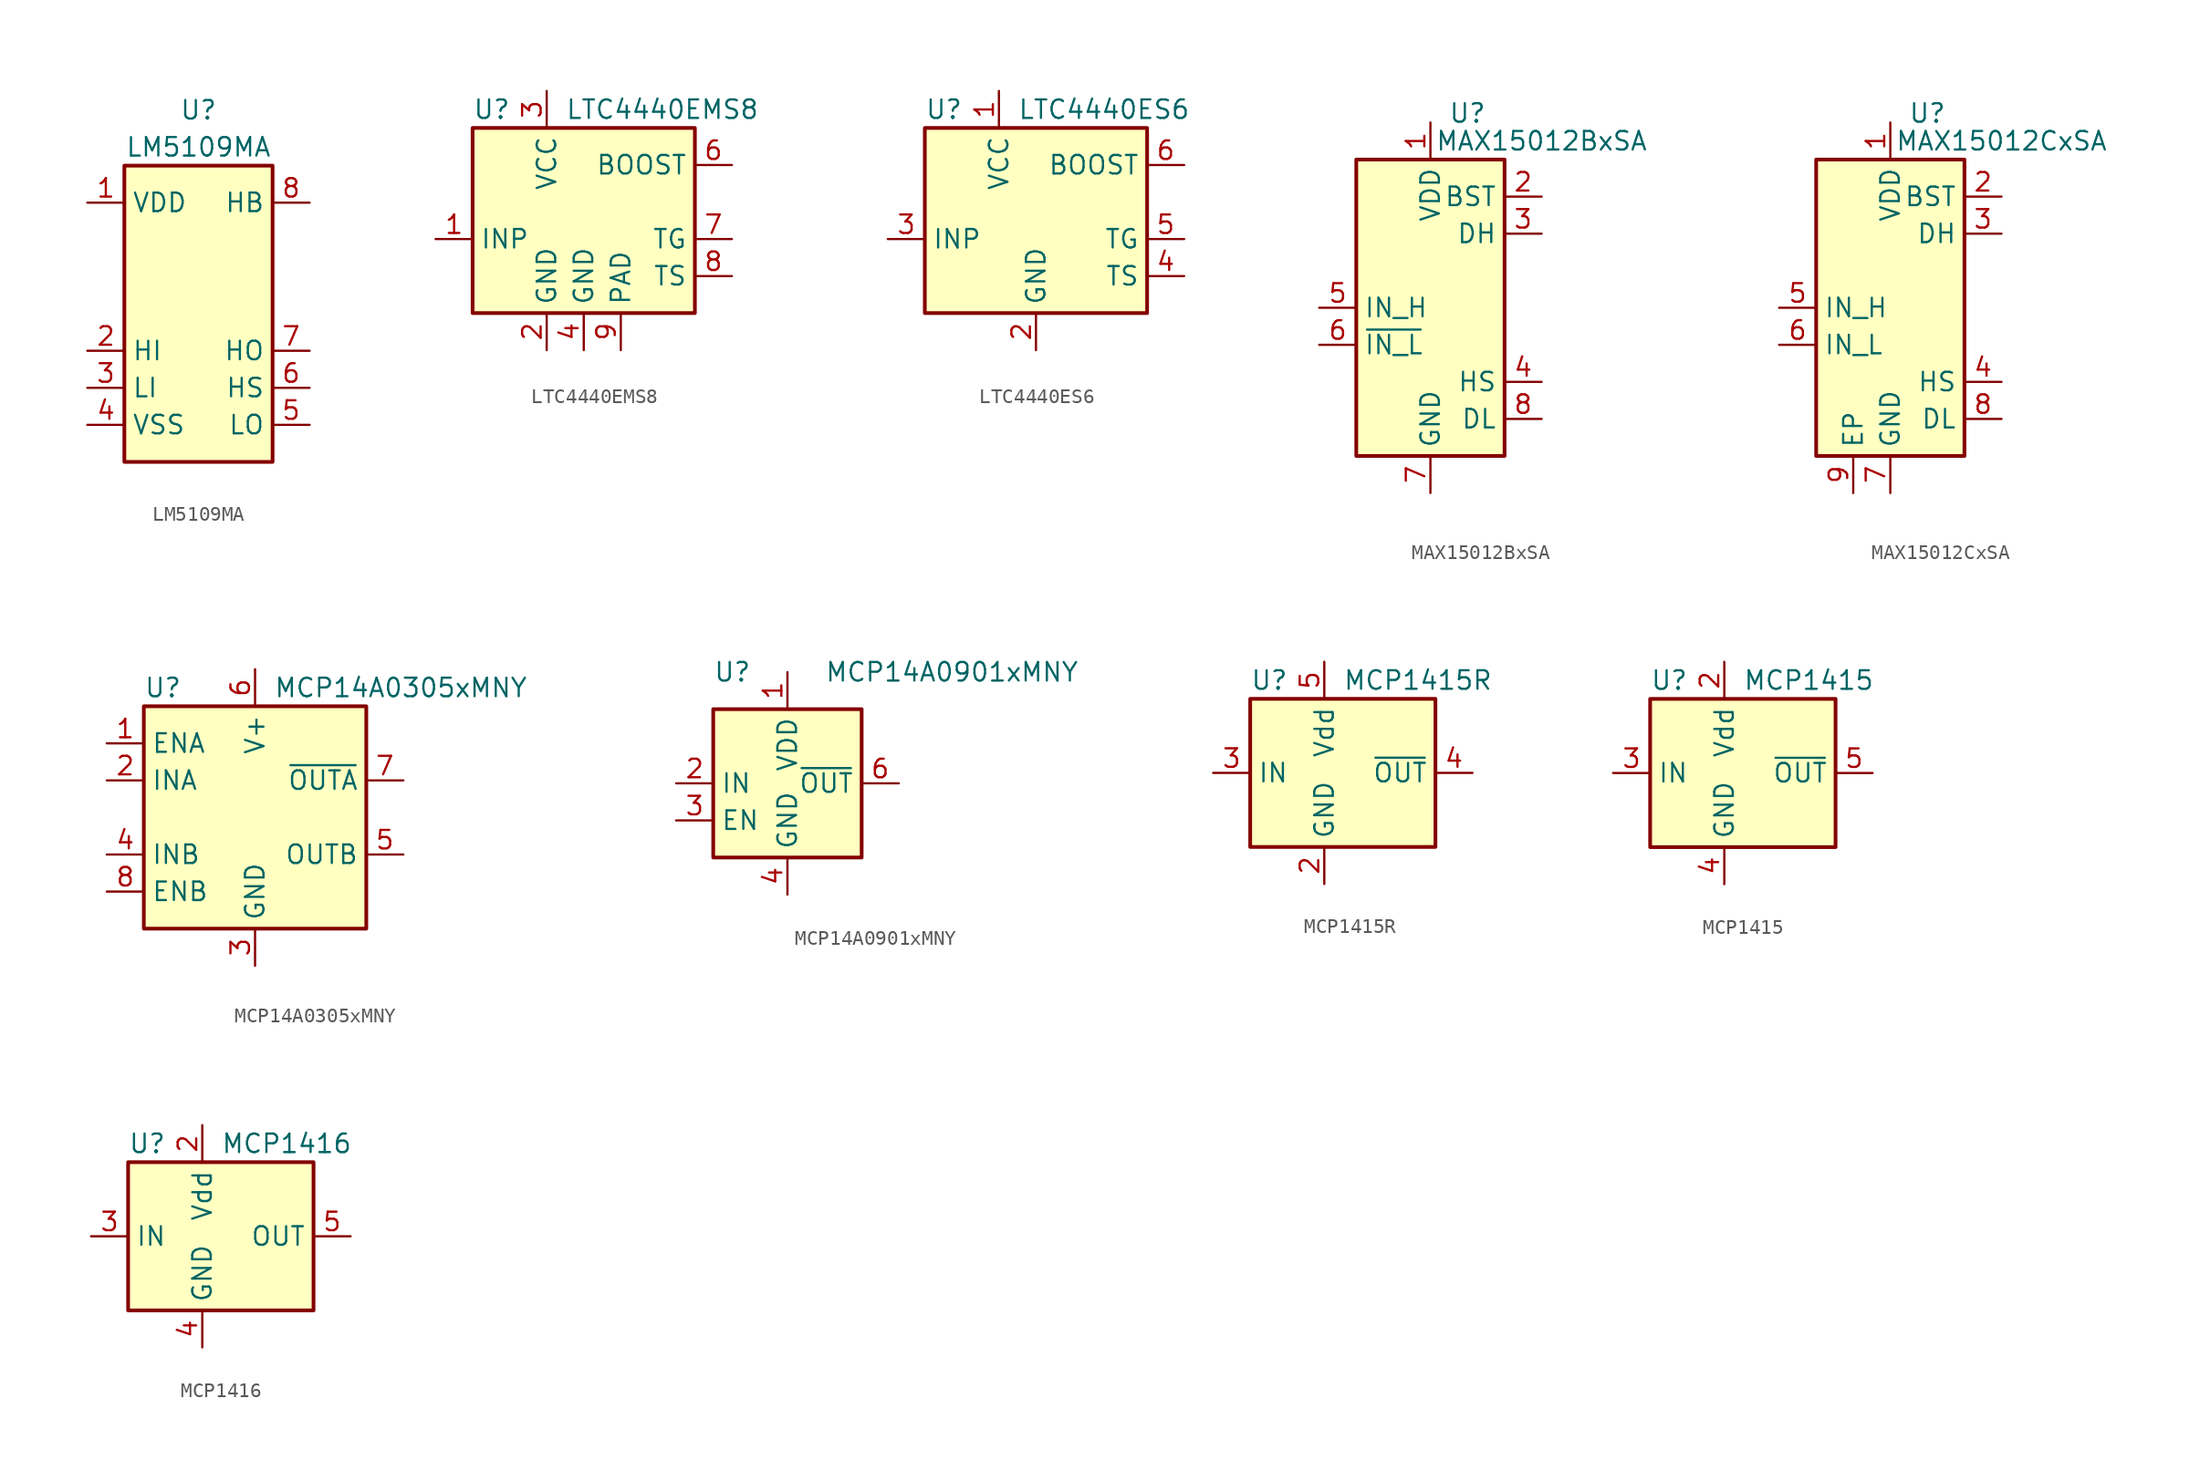
<source format=kicad_sym>
(kicad_symbol_lib
  (version 20211014)
  (generator kicad_symbol_editor)
  (symbol "LM5109MA"
    (property "Reference" "U"
      (at 0 13.97 0)
      (effects (font (size 1.27 1.27))))
    (property "Value" "LM5109MA"
      (at 0 11.43 0)
      (effects (font (size 1.27 1.27))))
    (symbol "LM5109MA_0_1"
      (rectangle (start -5.08 -10.16) (end 5.08 10.16) (stroke (width 0.254) (type default) (color 0 0 0 0)) (fill (type background))))
    (symbol "LM5109MA_1_1"
      (pin power_in line (at -7.62 7.62 0) (length 2.54) (name "VDD" (effects (font (size 1.27 1.27)))) (number "1" (effects (font (size 1.27 1.27)))))
      (pin input line (at -7.62 -2.54 0) (length 2.54) (name "HI" (effects (font (size 1.27 1.27)))) (number "2" (effects (font (size 1.27 1.27)))))
      (pin input line (at -7.62 -5.08 0) (length 2.54) (name "LI" (effects (font (size 1.27 1.27)))) (number "3" (effects (font (size 1.27 1.27)))))
      (pin power_in line (at -7.62 -7.62 0) (length 2.54) (name "VSS" (effects (font (size 1.27 1.27)))) (number "4" (effects (font (size 1.27 1.27)))))
      (pin output line (at 7.62 -7.62 180) (length 2.54) (name "LO" (effects (font (size 1.27 1.27)))) (number "5" (effects (font (size 1.27 1.27)))))
      (pin passive line (at 7.62 -5.08 180) (length 2.54) (name "HS" (effects (font (size 1.27 1.27)))) (number "6" (effects (font (size 1.27 1.27)))))
      (pin output line (at 7.62 -2.54 180) (length 2.54) (name "HO" (effects (font (size 1.27 1.27)))) (number "7" (effects (font (size 1.27 1.27)))))
      (pin passive line (at 7.62 7.62 180) (length 2.54) (name "HB" (effects (font (size 1.27 1.27)))) (number "8" (effects (font (size 1.27 1.27)))))))
  (symbol "LTC4440EMS8"
    (property "Reference" "U"
      (at -7.62 8.89 0)
      (effects (font (size 1.27 1.27)) (justify left)))
    (property "Value" "LTC4440EMS8"
      (at -1.27 8.89 0)
      (effects (font (size 1.27 1.27)) (justify left)))
    (symbol "LTC4440EMS8_0_1"
      (rectangle (start -7.62 7.62) (end 7.62 -5.08) (stroke (width 0.254) (type default) (color 0 0 0 0)) (fill (type background))))
    (symbol "LTC4440EMS8_1_1"
      (pin input line (at -10.16 0 0) (length 2.54) (name "INP" (effects (font (size 1.27 1.27)))) (number "1" (effects (font (size 1.27 1.27)))))
      (pin power_in line (at -2.54 -7.62 90) (length 2.54) (name "GND" (effects (font (size 1.27 1.27)))) (number "2" (effects (font (size 1.27 1.27)))))
      (pin power_in line (at -2.54 10.16 270) (length 2.54) (name "VCC" (effects (font (size 1.27 1.27)))) (number "3" (effects (font (size 1.27 1.27)))))
      (pin power_in line (at 0 -7.62 90) (length 2.54) (name "GND" (effects (font (size 1.27 1.27)))) (number "4" (effects (font (size 1.27 1.27)))))
      (pin no_connect line (at -5.08 -5.08 90) (length 2.54) hide (name "NC" (effects (font (size 1.27 1.27)))) (number "5" (effects (font (size 1.27 1.27)))))
      (pin input line (at 10.16 5.08 180) (length 2.54) (name "BOOST" (effects (font (size 1.27 1.27)))) (number "6" (effects (font (size 1.27 1.27)))))
      (pin output line (at 10.16 0 180) (length 2.54) (name "TG" (effects (font (size 1.27 1.27)))) (number "7" (effects (font (size 1.27 1.27)))))
      (pin input line (at 10.16 -2.54 180) (length 2.54) (name "TS" (effects (font (size 1.27 1.27)))) (number "8" (effects (font (size 1.27 1.27)))))
      (pin power_in line (at 2.54 -7.62 90) (length 2.54) (name "PAD" (effects (font (size 1.27 1.27)))) (number "9" (effects (font (size 1.27 1.27)))))))
  (symbol "LTC4440ES6"
    (property "Reference" "U"
      (at -7.62 8.89 0)
      (effects (font (size 1.27 1.27)) (justify left)))
    (property "Value" "LTC4440ES6"
      (at -1.27 8.89 0)
      (effects (font (size 1.27 1.27)) (justify left)))
    (symbol "LTC4440ES6_0_1"
      (rectangle (start -7.62 7.62) (end 7.62 -5.08) (stroke (width 0.254) (type default) (color 0 0 0 0)) (fill (type background))))
    (symbol "LTC4440ES6_1_1"
      (pin power_in line (at -2.54 10.16 270) (length 2.54) (name "VCC" (effects (font (size 1.27 1.27)))) (number "1" (effects (font (size 1.27 1.27)))))
      (pin power_in line (at 0 -7.62 90) (length 2.54) (name "GND" (effects (font (size 1.27 1.27)))) (number "2" (effects (font (size 1.27 1.27)))))
      (pin input line (at -10.16 0 0) (length 2.54) (name "INP" (effects (font (size 1.27 1.27)))) (number "3" (effects (font (size 1.27 1.27)))))
      (pin input line (at 10.16 -2.54 180) (length 2.54) (name "TS" (effects (font (size 1.27 1.27)))) (number "4" (effects (font (size 1.27 1.27)))))
      (pin output line (at 10.16 0 180) (length 2.54) (name "TG" (effects (font (size 1.27 1.27)))) (number "5" (effects (font (size 1.27 1.27)))))
      (pin input line (at 10.16 5.08 180) (length 2.54) (name "BOOST" (effects (font (size 1.27 1.27)))) (number "6" (effects (font (size 1.27 1.27)))))))
  (symbol "MAX15012BxSA"
    (property "Reference" "U"
      (at 2.54 13.335 0)
      (effects (font (size 1.27 1.27))))
    (property "Value" "MAX15012BxSA"
      (at 7.62 11.43 0)
      (effects (font (size 1.27 1.27))))
    (symbol "MAX15012BxSA_0_1"
      (rectangle (start -5.08 -10.16) (end 5.08 10.16) (stroke (width 0.254) (type default) (color 0 0 0 0)) (fill (type background))))
    (symbol "MAX15012BxSA_1_1"
      (pin power_in line (at 0 12.7 270) (length 2.54) (name "VDD" (effects (font (size 1.27 1.27)))) (number "1" (effects (font (size 1.27 1.27)))))
      (pin power_in line (at 7.62 7.62 180) (length 2.54) (name "BST" (effects (font (size 1.27 1.27)))) (number "2" (effects (font (size 1.27 1.27)))))
      (pin output line (at 7.62 5.08 180) (length 2.54) (name "DH" (effects (font (size 1.27 1.27)))) (number "3" (effects (font (size 1.27 1.27)))))
      (pin passive line (at 7.62 -5.08 180) (length 2.54) (name "HS" (effects (font (size 1.27 1.27)))) (number "4" (effects (font (size 1.27 1.27)))))
      (pin input line (at -7.62 0 0) (length 2.54) (name "IN_H" (effects (font (size 1.27 1.27)))) (number "5" (effects (font (size 1.27 1.27)))))
      (pin input line (at -7.62 -2.54 0) (length 2.54) (name "~{IN_L}" (effects (font (size 1.27 1.27)))) (number "6" (effects (font (size 1.27 1.27)))))
      (pin power_in line (at 0 -12.7 90) (length 2.54) (name "GND" (effects (font (size 1.27 1.27)))) (number "7" (effects (font (size 1.27 1.27)))))
      (pin output line (at 7.62 -7.62 180) (length 2.54) (name "DL" (effects (font (size 1.27 1.27)))) (number "8" (effects (font (size 1.27 1.27)))))))
  (symbol "MAX15012CxSA"
    (property "Reference" "U"
      (at 2.54 13.335 0)
      (effects (font (size 1.27 1.27))))
    (property "Value" "MAX15012CxSA"
      (at 7.62 11.43 0)
      (effects (font (size 1.27 1.27))))
    (symbol "MAX15012CxSA_0_1"
      (rectangle (start -5.08 -10.16) (end 5.08 10.16) (stroke (width 0.254) (type default) (color 0 0 0 0)) (fill (type background))))
    (symbol "MAX15012CxSA_1_1"
      (pin power_in line (at 0 12.7 270) (length 2.54) (name "VDD" (effects (font (size 1.27 1.27)))) (number "1" (effects (font (size 1.27 1.27)))))
      (pin power_in line (at 7.62 7.62 180) (length 2.54) (name "BST" (effects (font (size 1.27 1.27)))) (number "2" (effects (font (size 1.27 1.27)))))
      (pin output line (at 7.62 5.08 180) (length 2.54) (name "DH" (effects (font (size 1.27 1.27)))) (number "3" (effects (font (size 1.27 1.27)))))
      (pin passive line (at 7.62 -5.08 180) (length 2.54) (name "HS" (effects (font (size 1.27 1.27)))) (number "4" (effects (font (size 1.27 1.27)))))
      (pin input line (at -7.62 0 0) (length 2.54) (name "IN_H" (effects (font (size 1.27 1.27)))) (number "5" (effects (font (size 1.27 1.27)))))
      (pin input line (at -7.62 -2.54 0) (length 2.54) (name "IN_L" (effects (font (size 1.27 1.27)))) (number "6" (effects (font (size 1.27 1.27)))))
      (pin power_in line (at 0 -12.7 90) (length 2.54) (name "GND" (effects (font (size 1.27 1.27)))) (number "7" (effects (font (size 1.27 1.27)))))
      (pin output line (at 7.62 -7.62 180) (length 2.54) (name "DL" (effects (font (size 1.27 1.27)))) (number "8" (effects (font (size 1.27 1.27)))))
      (pin output line (at -2.54 -12.7 90) (length 2.54) (name "EP" (effects (font (size 1.27 1.27)))) (number "9" (effects (font (size 1.27 1.27)))))))
  (symbol "MCP14A0305xMNY"
    (property "Reference" "U"
      (at -7.62 8.89 0)
      (effects (font (size 1.27 1.27)) (justify left)))
    (property "Value" "MCP14A0305xMNY"
      (at 1.27 8.89 0)
      (effects (font (size 1.27 1.27)) (justify left)))
    (symbol "MCP14A0305xMNY_0_1"
      (rectangle (start -7.62 -7.62) (end 7.62 7.62) (stroke (width 0.254) (type default) (color 0 0 0 0)) (fill (type background))))
    (symbol "MCP14A0305xMNY_1_1"
      (pin input line (at -10.16 5.08 0) (length 2.54) (name "ENA" (effects (font (size 1.27 1.27)))) (number "1" (effects (font (size 1.27 1.27)))))
      (pin input line (at -10.16 2.54 0) (length 2.54) (name "INA" (effects (font (size 1.27 1.27)))) (number "2" (effects (font (size 1.27 1.27)))))
      (pin power_in line (at 0 -10.16 90) (length 2.54) (name "GND" (effects (font (size 1.27 1.27)))) (number "3" (effects (font (size 1.27 1.27)))))
      (pin input line (at -10.16 -2.54 0) (length 2.54) (name "INB" (effects (font (size 1.27 1.27)))) (number "4" (effects (font (size 1.27 1.27)))))
      (pin output line (at 10.16 -2.54 180) (length 2.54) (name "OUTB" (effects (font (size 1.27 1.27)))) (number "5" (effects (font (size 1.27 1.27)))))
      (pin power_in line (at 0 10.16 270) (length 2.54) (name "V+" (effects (font (size 1.27 1.27)))) (number "6" (effects (font (size 1.27 1.27)))))
      (pin output line (at 10.16 2.54 180) (length 2.54) (name "~{OUTA}" (effects (font (size 1.27 1.27)))) (number "7" (effects (font (size 1.27 1.27)))))
      (pin input line (at -10.16 -5.08 0) (length 2.54) (name "ENB" (effects (font (size 1.27 1.27)))) (number "8" (effects (font (size 1.27 1.27)))))
      (pin passive line (at 0 -10.16 90) (length 2.54) hide (name "GND" (effects (font (size 1.27 1.27)))) (number "9" (effects (font (size 1.27 1.27)))))))
  (symbol "MCP14A0901xMNY"
    (property "Reference" "U"
      (at -5.08 7.62 0)
      (effects (font (size 1.27 1.27)) (justify left)))
    (property "Value" "MCP14A0901xMNY"
      (at 2.54 7.62 0)
      (effects (font (size 1.27 1.27)) (justify left)))
    (symbol "MCP14A0901xMNY_0_1"
      (rectangle (start -5.08 -5.08) (end 5.08 5.08) (stroke (width 0.254) (type default) (color 0 0 0 0)) (fill (type background))))
    (symbol "MCP14A0901xMNY_1_1"
      (pin power_in line (at 0 7.62 270) (length 2.54) (name "VDD" (effects (font (size 1.27 1.27)))) (number "1" (effects (font (size 1.27 1.27)))))
      (pin input line (at -7.62 0 0) (length 2.54) (name "IN" (effects (font (size 1.27 1.27)))) (number "2" (effects (font (size 1.27 1.27)))))
      (pin input line (at -7.62 -2.54 0) (length 2.54) (name "EN" (effects (font (size 1.27 1.27)))) (number "3" (effects (font (size 1.27 1.27)))))
      (pin power_in line (at 0 -7.62 90) (length 2.54) (name "GND" (effects (font (size 1.27 1.27)))) (number "4" (effects (font (size 1.27 1.27)))))
      (pin passive line (at 0 -7.62 90) (length 2.54) hide (name "GND" (effects (font (size 1.27 1.27)))) (number "5" (effects (font (size 1.27 1.27)))))
      (pin output line (at 7.62 0 180) (length 2.54) (name "~{OUT}" (effects (font (size 1.27 1.27)))) (number "6" (effects (font (size 1.27 1.27)))))
      (pin passive line (at 7.62 0 180) (length 2.54) hide (name "~{OUT}" (effects (font (size 1.27 1.27)))) (number "7" (effects (font (size 1.27 1.27)))))
      (pin passive line (at 0 7.62 270) (length 2.54) hide (name "VDD" (effects (font (size 1.27 1.27)))) (number "8" (effects (font (size 1.27 1.27)))))
      (pin passive line (at 0 -7.62 90) (length 2.54) hide (name "GND" (effects (font (size 1.27 1.27)))) (number "9" (effects (font (size 1.27 1.27)))))))
  (symbol "MCP1415R"
    (property "Reference" "U"
      (at -5.08 6.35 0)
      (effects (font (size 1.27 1.27)) (justify left)))
    (property "Value" "MCP1415R"
      (at 1.27 6.35 0)
      (effects (font (size 1.27 1.27)) (justify left)))
    (symbol "MCP1415R_0_1"
      (rectangle (start -5.08 5.08) (end 7.62 -5.08) (stroke (width 0.254) (type default) (color 0 0 0 0)) (fill (type background))))
    (symbol "MCP1415R_1_1"
      (pin no_connect line (at 7.62 -2.54 180) (length 2.54) hide (name "NC" (effects (font (size 1.27 1.27)))) (number "1" (effects (font (size 1.27 1.27)))))
      (pin power_in line (at 0 -7.62 90) (length 2.54) (name "GND" (effects (font (size 1.27 1.27)))) (number "2" (effects (font (size 1.27 1.27)))))
      (pin input line (at -7.62 0 0) (length 2.54) (name "IN" (effects (font (size 1.27 1.27)))) (number "3" (effects (font (size 1.27 1.27)))))
      (pin output line (at 10.16 0 180) (length 2.54) (name "~{OUT}" (effects (font (size 1.27 1.27)))) (number "4" (effects (font (size 1.27 1.27)))))
      (pin power_in line (at 0 7.62 270) (length 2.54) (name "Vdd" (effects (font (size 1.27 1.27)))) (number "5" (effects (font (size 1.27 1.27)))))))
  (symbol "MCP1415"
    (property "Reference" "U"
      (at -5.08 6.35 0)
      (effects (font (size 1.27 1.27)) (justify left)))
    (property "Value" "MCP1415"
      (at 1.27 6.35 0)
      (effects (font (size 1.27 1.27)) (justify left)))
    (symbol "MCP1415_0_1"
      (rectangle (start -5.08 5.08) (end 7.62 -5.08) (stroke (width 0.254) (type default) (color 0 0 0 0)) (fill (type background))))
    (symbol "MCP1415_1_1"
      (pin no_connect line (at 7.62 -2.54 180) (length 2.54) hide (name "NC" (effects (font (size 1.27 1.27)))) (number "1" (effects (font (size 1.27 1.27)))))
      (pin power_in line (at 0 7.62 270) (length 2.54) (name "Vdd" (effects (font (size 1.27 1.27)))) (number "2" (effects (font (size 1.27 1.27)))))
      (pin input line (at -7.62 0 0) (length 2.54) (name "IN" (effects (font (size 1.27 1.27)))) (number "3" (effects (font (size 1.27 1.27)))))
      (pin power_in line (at 0 -7.62 90) (length 2.54) (name "GND" (effects (font (size 1.27 1.27)))) (number "4" (effects (font (size 1.27 1.27)))))
      (pin output line (at 10.16 0 180) (length 2.54) (name "~{OUT}" (effects (font (size 1.27 1.27)))) (number "5" (effects (font (size 1.27 1.27)))))))
  (symbol "MCP1416"
    (property "Reference" "U"
      (at -5.08 6.35 0)
      (effects (font (size 1.27 1.27)) (justify left)))
    (property "Value" "MCP1416"
      (at 1.27 6.35 0)
      (effects (font (size 1.27 1.27)) (justify left)))
    (symbol "MCP1416_0_1"
      (rectangle (start -5.08 5.08) (end 7.62 -5.08) (stroke (width 0.254) (type default) (color 0 0 0 0)) (fill (type background))))
    (symbol "MCP1416_1_1"
      (pin no_connect line (at 7.62 -2.54 180) (length 2.54) hide (name "NC" (effects (font (size 1.27 1.27)))) (number "1" (effects (font (size 1.27 1.27)))))
      (pin power_in line (at 0 7.62 270) (length 2.54) (name "Vdd" (effects (font (size 1.27 1.27)))) (number "2" (effects (font (size 1.27 1.27)))))
      (pin input line (at -7.62 0 0) (length 2.54) (name "IN" (effects (font (size 1.27 1.27)))) (number "3" (effects (font (size 1.27 1.27)))))
      (pin power_in line (at 0 -7.62 90) (length 2.54) (name "GND" (effects (font (size 1.27 1.27)))) (number "4" (effects (font (size 1.27 1.27)))))
      (pin output line (at 10.16 0 180) (length 2.54) (name "OUT" (effects (font (size 1.27 1.27)))) (number "5" (effects (font (size 1.27 1.27))))))))
</source>
